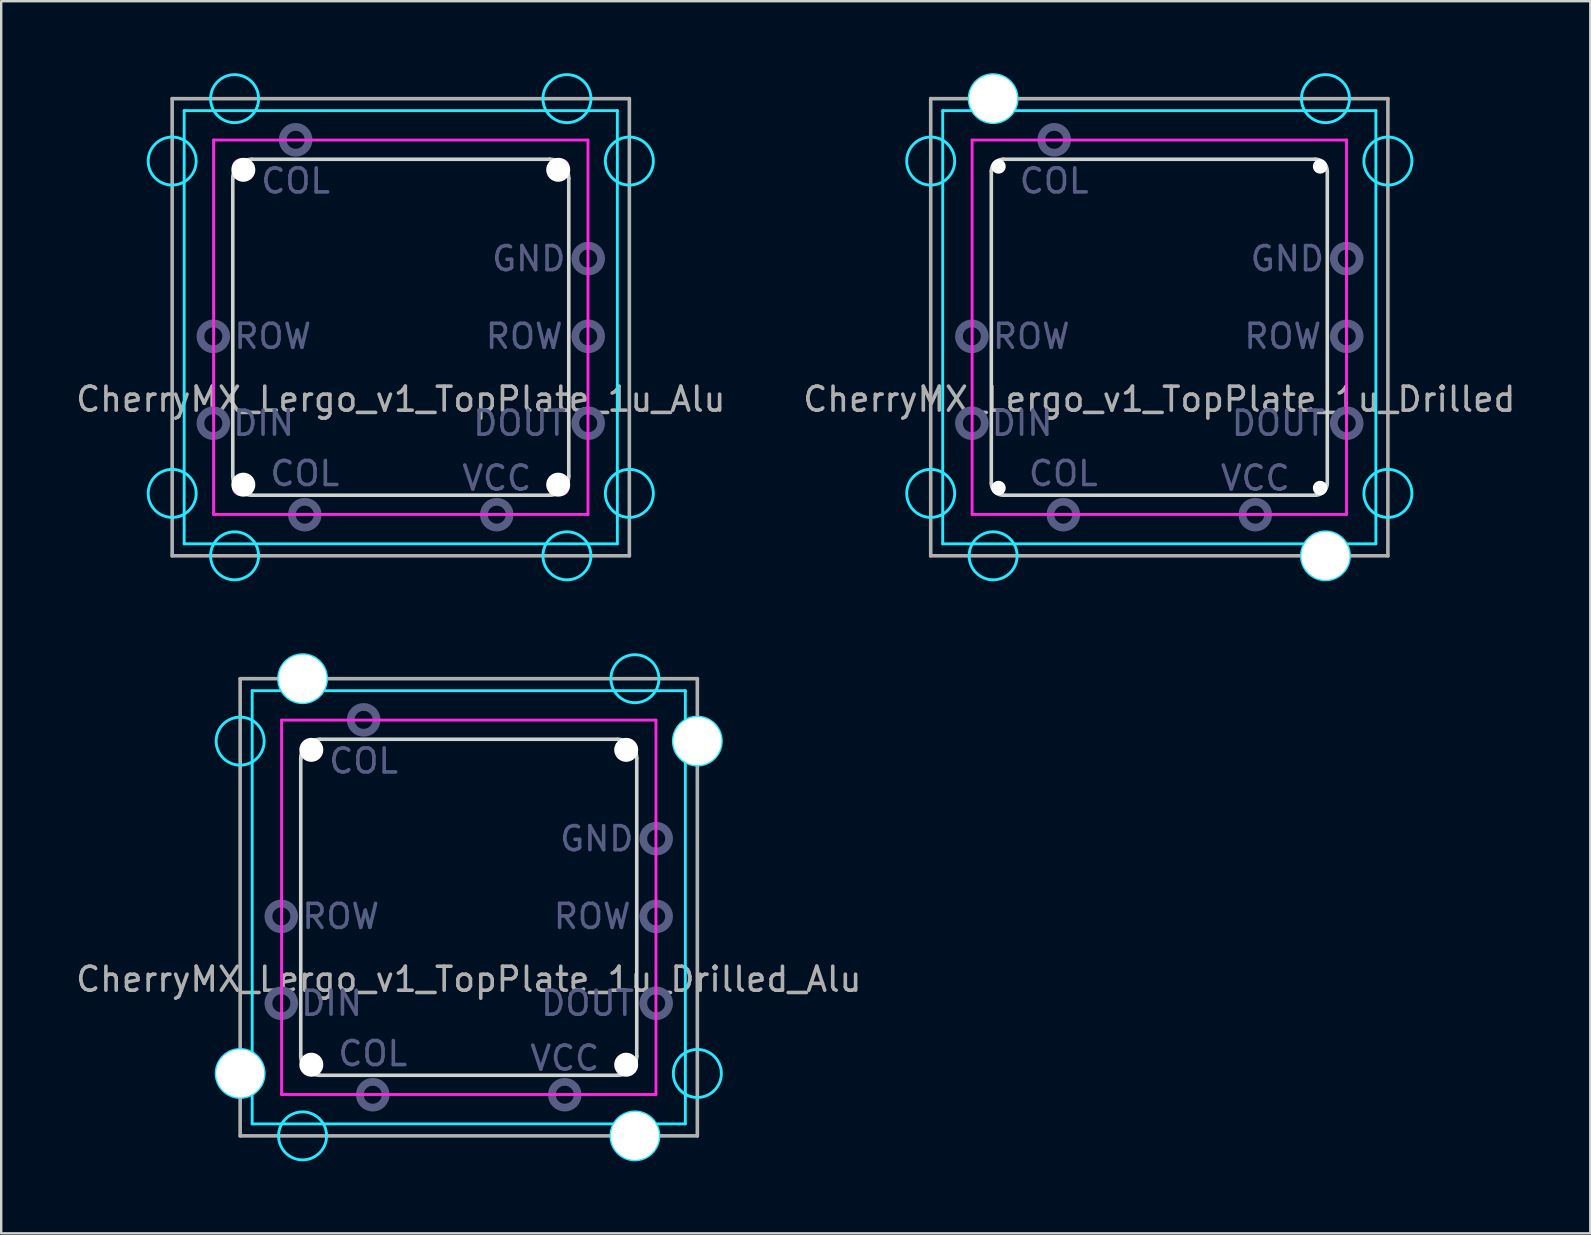
<source format=kicad_pcb>
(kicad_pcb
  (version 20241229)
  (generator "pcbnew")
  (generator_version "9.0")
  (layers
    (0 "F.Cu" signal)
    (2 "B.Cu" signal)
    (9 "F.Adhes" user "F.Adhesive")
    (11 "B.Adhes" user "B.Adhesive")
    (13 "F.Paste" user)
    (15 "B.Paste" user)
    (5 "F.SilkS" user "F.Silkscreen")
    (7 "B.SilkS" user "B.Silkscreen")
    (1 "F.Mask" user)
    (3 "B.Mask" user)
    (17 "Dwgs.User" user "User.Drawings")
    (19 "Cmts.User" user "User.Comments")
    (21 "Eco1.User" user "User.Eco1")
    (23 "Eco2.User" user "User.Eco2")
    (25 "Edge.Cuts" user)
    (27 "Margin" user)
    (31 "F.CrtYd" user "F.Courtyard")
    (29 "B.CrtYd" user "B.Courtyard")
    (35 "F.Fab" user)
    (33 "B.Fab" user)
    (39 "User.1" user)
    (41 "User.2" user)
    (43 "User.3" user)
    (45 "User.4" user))
  (footprint "CherryMX_Lergo_v1_TopPlate_1u_Drilled"
    (layer "F.Cu")
    (at 45.256 10.585)
    (property "Reference" "CherryMX_Lergo_v1_TopPlate_1u_Drilled" (at 0 3 0) (layer "F.Fab") (effects (font (size 1 1) (thickness 0.15))))
    (attr through_hole)
    (fp_line (start -7 -6.5) (end -7 6.5) (stroke (width 0.15) (type solid)) (layer "Edge.Cuts"))
    (fp_line (start -6.5 7) (end 6.5 7) (stroke (width 0.15) (type solid)) (layer "Edge.Cuts"))
    (fp_line (start 6.5 -7) (end -6.5 -7) (stroke (width 0.15) (type solid)) (layer "Edge.Cuts"))
    (fp_line (start 7 6.5) (end 7 -6.5) (stroke (width 0.15) (type solid)) (layer "Edge.Cuts"))
    (fp_arc (start -7 -6.5) (mid -6.853553 -6.853553) (end -6.5 -7) (stroke (width 0.15) (type solid)) (layer "Edge.Cuts"))
    (fp_arc (start -6.5 7) (mid -6.853553 6.853553) (end -7 6.5) (stroke (width 0.15) (type solid)) (layer "Edge.Cuts"))
    (fp_arc (start 6.5 -7) (mid 6.853553 -6.853553) (end 7 -6.5) (stroke (width 0.15) (type solid)) (layer "Edge.Cuts"))
    (fp_arc (start 7 6.5) (mid 6.853553 6.853553) (end 6.5 7) (stroke (width 0.15) (type solid)) (layer "Edge.Cuts"))
    (fp_line (start -9.025 -9.025) (end 9.025 -9.025) (stroke (width 0.12) (type solid)) (layer "B.CrtYd"))
    (fp_line (start -9.025 9.025) (end -9.025 -9.025) (stroke (width 0.12) (type solid)) (layer "B.CrtYd"))
    (fp_line (start 9.025 -9.025) (end 9.025 9.025) (stroke (width 0.12) (type solid)) (layer "B.CrtYd"))
    (fp_line (start 9.025 9.025) (end -9.025 9.025) (stroke (width 0.12) (type solid)) (layer "B.CrtYd"))
    (fp_circle (center -9.525 -6.924) (end -9.525 -7.924) (stroke (width 0.12) (type solid)) (fill no) (layer "B.CrtYd"))
    (fp_circle (center -9.525 6.924) (end -9.525 5.924) (stroke (width 0.12) (type solid)) (fill no) (layer "B.CrtYd"))
    (fp_circle (center -6.924 -9.525) (end -5.924 -9.525) (stroke (width 0.12) (type solid)) (fill no) (layer "B.CrtYd"))
    (fp_circle (center -6.924 9.525) (end -5.924 9.525) (stroke (width 0.12) (type solid)) (fill no) (layer "B.CrtYd"))
    (fp_circle (center 6.924 -9.525) (end 7.924 -9.525) (stroke (width 0.12) (type solid)) (fill no) (layer "B.CrtYd"))
    (fp_circle (center 6.924 9.525) (end 7.924 9.525) (stroke (width 0.12) (type solid)) (fill no) (layer "B.CrtYd"))
    (fp_circle (center 9.525 -6.924) (end 9.525 -7.924) (stroke (width 0.12) (type solid)) (fill no) (layer "B.CrtYd"))
    (fp_circle (center 9.525 6.924) (end 9.525 5.924) (stroke (width 0.12) (type solid)) (fill no) (layer "B.CrtYd"))
    (fp_line (start -7.8 -7.8) (end 7.8 -7.8) (stroke (width 0.12) (type solid)) (layer "F.CrtYd"))
    (fp_line (start -7.8 7.8) (end -7.8 -7.8) (stroke (width 0.12) (type solid)) (layer "F.CrtYd"))
    (fp_line (start 7.8 -7.8) (end 7.8 7.8) (stroke (width 0.12) (type solid)) (layer "F.CrtYd"))
    (fp_line (start 7.8 7.8) (end -7.8 7.8) (stroke (width 0.12) (type solid)) (layer "F.CrtYd"))
    (fp_circle (center -7.81 0.38) (end -7.272 0.38) (stroke (width 0.325) (type solid)) (fill no) (layer "B.Fab"))
    (fp_circle (center -7.81 4) (end -7.272 4) (stroke (width 0.325) (type solid)) (fill no) (layer "B.Fab"))
    (fp_circle (center -4.38 -7.81) (end -3.842 -7.81) (stroke (width 0.325) (type solid)) (fill no) (layer "B.Fab"))
    (fp_circle (center -4 7.81) (end -3.462 7.81) (stroke (width 0.325) (type solid)) (fill no) (layer "B.Fab"))
    (fp_circle (center 4 7.81) (end 4.537 7.81) (stroke (width 0.325) (type solid)) (fill no) (layer "B.Fab"))
    (fp_circle (center 7.81 -2.86) (end 8.348 -2.86) (stroke (width 0.325) (type solid)) (fill no) (layer "B.Fab"))
    (fp_circle (center 7.81 0.38) (end 8.348 0.38) (stroke (width 0.325) (type solid)) (fill no) (layer "B.Fab"))
    (fp_circle (center 7.81 4) (end 8.348 4) (stroke (width 0.325) (type solid)) (fill no) (layer "B.Fab"))
    (fp_line (start -9.525 -9.525) (end -9.525 9.525) (stroke (width 0.15) (type solid)) (layer "F.Fab"))
    (fp_line (start -9.525 9.525) (end 9.525 9.525) (stroke (width 0.15) (type solid)) (layer "F.Fab"))
    (fp_line (start 9.525 -9.525) (end -9.525 -9.525) (stroke (width 0.15) (type solid)) (layer "F.Fab"))
    (fp_line (start 9.525 9.525) (end 9.525 -9.525) (stroke (width 0.15) (type solid)) (layer "F.Fab"))
    (fp_text user "COL" (at -4 6.096 0) (layer "B.Fab") (effects (font (size 1 1) (thickness 0.15))))
    (fp_text user "DOUT" (at 4.953 4 0) (layer "B.Fab") (effects (font (size 1 1) (thickness 0.15))))
    (fp_text user "VCC" (at 4 6.287 0) (layer "B.Fab") (effects (font (size 1 1) (thickness 0.15))))
    (fp_text user "ROW" (at -5.334 0.381 0) (layer "B.Fab") (effects (font (size 1 1) (thickness 0.15))))
    (fp_text user "DIN" (at -5.715 4 0) (layer "B.Fab") (effects (font (size 1 1) (thickness 0.15))))
    (fp_text user "COL" (at -4.381 -6.096 0) (layer "B.Fab") (effects (font (size 1 1) (thickness 0.15))))
    (fp_text user "ROW" (at 5.144 0.381 0) (layer "B.Fab") (effects (font (size 1 1) (thickness 0.15))))
    (fp_text user "GND" (at 5.334 -2.857 0) (layer "B.Fab") (effects (font (size 1 1) (thickness 0.15))))
    (pad "" np_thru_hole circle (at -6.924 -9.525) (size 2 2) (drill 2) (layers "*.Cu" "*.Mask"))
    (pad "" np_thru_hole circle (at -6.7 -6.7) (size 0.6 0.6) (drill 0.6) (layers "*.Cu"))
    (pad "" np_thru_hole circle (at -6.7 6.7) (size 0.6 0.6) (drill 0.6) (layers "*.Cu"))
    (pad "" np_thru_hole circle (at 6.7 -6.7) (size 0.6 0.6) (drill 0.6) (layers "*.Cu"))
    (pad "" np_thru_hole circle (at 6.7 6.7) (size 0.6 0.6) (drill 0.6) (layers "*.Cu"))
    (pad "" np_thru_hole circle (at 6.924 9.525) (size 2 2) (drill 2) (layers "*.Cu" "*.Mask")))
  (footprint "CherryMX_Lergo_v1_TopPlate_1u_Drilled_Alu"
    (layer "F.Cu")
    (at 16.482 34.755)
    (property "Reference" "CherryMX_Lergo_v1_TopPlate_1u_Drilled_Alu" (at 0 3 0) (layer "F.Fab") (effects (font (size 1 1) (thickness 0.15))))
    (attr through_hole)
    (fp_line (start -7 -6.2) (end -7 6.2) (stroke (width 0.15) (type solid)) (layer "Edge.Cuts"))
    (fp_line (start -6.2 7) (end 6.2 7) (stroke (width 0.15) (type solid)) (layer "Edge.Cuts"))
    (fp_line (start 6.2 -7) (end -6.2 -7) (stroke (width 0.15) (type solid)) (layer "Edge.Cuts"))
    (fp_line (start 7 6.2) (end 7 -6.2) (stroke (width 0.15) (type solid)) (layer "Edge.Cuts"))
    (fp_arc (start -7 -6.2) (mid -6.765685 -6.765685) (end -6.2 -7) (stroke (width 0.15) (type solid)) (layer "Edge.Cuts"))
    (fp_arc (start -6.2 7) (mid -6.765685 6.765685) (end -7 6.2) (stroke (width 0.15) (type solid)) (layer "Edge.Cuts"))
    (fp_arc (start 6.2 -7) (mid 6.765685 -6.765685) (end 7 -6.2) (stroke (width 0.15) (type solid)) (layer "Edge.Cuts"))
    (fp_arc (start 7 6.2) (mid 6.765685 6.765685) (end 6.2 7) (stroke (width 0.15) (type solid)) (layer "Edge.Cuts"))
    (fp_line (start -9.025 -9.025) (end 9.025 -9.025) (stroke (width 0.12) (type solid)) (layer "B.CrtYd"))
    (fp_line (start -9.025 9.025) (end -9.025 -9.025) (stroke (width 0.12) (type solid)) (layer "B.CrtYd"))
    (fp_line (start 9.025 -9.025) (end 9.025 9.025) (stroke (width 0.12) (type solid)) (layer "B.CrtYd"))
    (fp_line (start 9.025 9.025) (end -9.025 9.025) (stroke (width 0.12) (type solid)) (layer "B.CrtYd"))
    (fp_circle (center -9.525 -6.924) (end -9.525 -7.924) (stroke (width 0.12) (type solid)) (fill no) (layer "B.CrtYd"))
    (fp_circle (center -9.525 6.924) (end -9.525 5.924) (stroke (width 0.12) (type solid)) (fill no) (layer "B.CrtYd"))
    (fp_circle (center -6.924 -9.525) (end -5.924 -9.525) (stroke (width 0.12) (type solid)) (fill no) (layer "B.CrtYd"))
    (fp_circle (center -6.924 9.525) (end -5.924 9.525) (stroke (width 0.12) (type solid)) (fill no) (layer "B.CrtYd"))
    (fp_circle (center 6.924 -9.525) (end 7.924 -9.525) (stroke (width 0.12) (type solid)) (fill no) (layer "B.CrtYd"))
    (fp_circle (center 6.924 9.525) (end 7.924 9.525) (stroke (width 0.12) (type solid)) (fill no) (layer "B.CrtYd"))
    (fp_circle (center 9.525 -6.924) (end 9.525 -7.924) (stroke (width 0.12) (type solid)) (fill no) (layer "B.CrtYd"))
    (fp_circle (center 9.525 6.924) (end 9.525 5.924) (stroke (width 0.12) (type solid)) (fill no) (layer "B.CrtYd"))
    (fp_line (start -7.8 -7.8) (end 7.8 -7.8) (stroke (width 0.12) (type solid)) (layer "F.CrtYd"))
    (fp_line (start -7.8 7.8) (end -7.8 -7.8) (stroke (width 0.12) (type solid)) (layer "F.CrtYd"))
    (fp_line (start 7.8 -7.8) (end 7.8 7.8) (stroke (width 0.12) (type solid)) (layer "F.CrtYd"))
    (fp_line (start 7.8 7.8) (end -7.8 7.8) (stroke (width 0.12) (type solid)) (layer "F.CrtYd"))
    (fp_circle (center -7.81 0.38) (end -7.272 0.38) (stroke (width 0.325) (type solid)) (fill no) (layer "B.Fab"))
    (fp_circle (center -7.81 4) (end -7.272 4) (stroke (width 0.325) (type solid)) (fill no) (layer "B.Fab"))
    (fp_circle (center -4.38 -7.81) (end -3.842 -7.81) (stroke (width 0.325) (type solid)) (fill no) (layer "B.Fab"))
    (fp_circle (center -4 7.81) (end -3.462 7.81) (stroke (width 0.325) (type solid)) (fill no) (layer "B.Fab"))
    (fp_circle (center 4 7.81) (end 4.537 7.81) (stroke (width 0.325) (type solid)) (fill no) (layer "B.Fab"))
    (fp_circle (center 7.81 -2.86) (end 8.348 -2.86) (stroke (width 0.325) (type solid)) (fill no) (layer "B.Fab"))
    (fp_circle (center 7.81 0.38) (end 8.348 0.38) (stroke (width 0.325) (type solid)) (fill no) (layer "B.Fab"))
    (fp_circle (center 7.81 4) (end 8.348 4) (stroke (width 0.325) (type solid)) (fill no) (layer "B.Fab"))
    (fp_line (start -9.525 -9.525) (end -9.525 9.525) (stroke (width 0.15) (type solid)) (layer "F.Fab"))
    (fp_line (start -9.525 9.525) (end 9.525 9.525) (stroke (width 0.15) (type solid)) (layer "F.Fab"))
    (fp_line (start 9.525 -9.525) (end -9.525 -9.525) (stroke (width 0.15) (type solid)) (layer "F.Fab"))
    (fp_line (start 9.525 9.525) (end 9.525 -9.525) (stroke (width 0.15) (type solid)) (layer "F.Fab"))
    (fp_text user "GND" (at 5.334 -2.857 0) (layer "B.Fab") (effects (font (size 1 1) (thickness 0.15))))
    (fp_text user "ROW" (at 5.144 0.381 0) (layer "B.Fab") (effects (font (size 1 1) (thickness 0.15))))
    (fp_text user "DIN" (at -5.715 4 0) (layer "B.Fab") (effects (font (size 1 1) (thickness 0.15))))
    (fp_text user "DOUT" (at 4.953 4 0) (layer "B.Fab") (effects (font (size 1 1) (thickness 0.15))))
    (fp_text user "VCC" (at 4 6.287 0) (layer "B.Fab") (effects (font (size 1 1) (thickness 0.15))))
    (fp_text user "COL" (at -4.381 -6.096 0) (layer "B.Fab") (effects (font (size 1 1) (thickness 0.15))))
    (fp_text user "COL" (at -4 6.096 0) (layer "B.Fab") (effects (font (size 1 1) (thickness 0.15))))
    (fp_text user "ROW" (at -5.334 0.381 0) (layer "B.Fab") (effects (font (size 1 1) (thickness 0.15))))
    (pad "" np_thru_hole circle (at -9.525 6.924 90) (size 2 2) (drill 2) (layers "*.Cu" "*.Mask"))
    (pad "" np_thru_hole circle (at -6.924 -9.525) (size 2 2) (drill 2) (layers "*.Cu" "*.Mask"))
    (pad "" np_thru_hole circle (at -6.56 -6.56) (size 1 1) (drill 1) (layers "*.Cu"))
    (pad "" np_thru_hole circle (at -6.56 6.56) (size 1 1) (drill 1) (layers "*.Cu"))
    (pad "" np_thru_hole circle (at 6.56 -6.56) (size 1 1) (drill 1) (layers "*.Cu"))
    (pad "" np_thru_hole circle (at 6.56 6.56) (size 1 1) (drill 1) (layers "*.Cu"))
    (pad "" np_thru_hole circle (at 6.924 9.525) (size 2 2) (drill 2) (layers "*.Cu" "*.Mask"))
    (pad "" np_thru_hole circle (at 9.525 -6.924 90) (size 2 2) (drill 2) (layers "*.Cu" "*.Mask")))
  (footprint "CherryMX_Lergo_v1_TopPlate_1u_Alu"
    (layer "F.Cu")
    (at 13.649 10.585)
    (property "Reference" "CherryMX_Lergo_v1_TopPlate_1u_Alu" (at 0 3 0) (layer "F.Fab") (effects (font (size 1 1) (thickness 0.15))))
    (attr through_hole)
    (fp_line (start -7 -6.2) (end -7 6.2) (stroke (width 0.15) (type solid)) (layer "Edge.Cuts"))
    (fp_line (start -6.2 7) (end 6.2 7) (stroke (width 0.15) (type solid)) (layer "Edge.Cuts"))
    (fp_line (start 6.2 -7) (end -6.2 -7) (stroke (width 0.15) (type solid)) (layer "Edge.Cuts"))
    (fp_line (start 7 6.2) (end 7 -6.2) (stroke (width 0.15) (type solid)) (layer "Edge.Cuts"))
    (fp_arc (start -7 -6.2) (mid -6.765685 -6.765685) (end -6.2 -7) (stroke (width 0.15) (type solid)) (layer "Edge.Cuts"))
    (fp_arc (start -6.2 7) (mid -6.765685 6.765685) (end -7 6.2) (stroke (width 0.15) (type solid)) (layer "Edge.Cuts"))
    (fp_arc (start 6.2 -7) (mid 6.765685 -6.765685) (end 7 -6.2) (stroke (width 0.15) (type solid)) (layer "Edge.Cuts"))
    (fp_arc (start 7 6.2) (mid 6.765685 6.765685) (end 6.2 7) (stroke (width 0.15) (type solid)) (layer "Edge.Cuts"))
    (fp_line (start -9.025 -9.025) (end 9.025 -9.025) (stroke (width 0.12) (type solid)) (layer "B.CrtYd"))
    (fp_line (start -9.025 9.025) (end -9.025 -9.025) (stroke (width 0.12) (type solid)) (layer "B.CrtYd"))
    (fp_line (start 9.025 -9.025) (end 9.025 9.025) (stroke (width 0.12) (type solid)) (layer "B.CrtYd"))
    (fp_line (start 9.025 9.025) (end -9.025 9.025) (stroke (width 0.12) (type solid)) (layer "B.CrtYd"))
    (fp_circle (center -9.525 -6.924) (end -9.525 -7.924) (stroke (width 0.12) (type solid)) (fill no) (layer "B.CrtYd"))
    (fp_circle (center -9.525 6.924) (end -9.525 5.924) (stroke (width 0.12) (type solid)) (fill no) (layer "B.CrtYd"))
    (fp_circle (center -6.924 -9.525) (end -5.924 -9.525) (stroke (width 0.12) (type solid)) (fill no) (layer "B.CrtYd"))
    (fp_circle (center -6.924 9.525) (end -5.924 9.525) (stroke (width 0.12) (type solid)) (fill no) (layer "B.CrtYd"))
    (fp_circle (center 6.924 -9.525) (end 7.924 -9.525) (stroke (width 0.12) (type solid)) (fill no) (layer "B.CrtYd"))
    (fp_circle (center 6.924 9.525) (end 7.924 9.525) (stroke (width 0.12) (type solid)) (fill no) (layer "B.CrtYd"))
    (fp_circle (center 9.525 -6.924) (end 9.525 -7.924) (stroke (width 0.12) (type solid)) (fill no) (layer "B.CrtYd"))
    (fp_circle (center 9.525 6.924) (end 9.525 5.924) (stroke (width 0.12) (type solid)) (fill no) (layer "B.CrtYd"))
    (fp_line (start -7.8 -7.8) (end 7.8 -7.8) (stroke (width 0.12) (type solid)) (layer "F.CrtYd"))
    (fp_line (start -7.8 7.8) (end -7.8 -7.8) (stroke (width 0.12) (type solid)) (layer "F.CrtYd"))
    (fp_line (start -7 6.7) (end -7 -6.7) (stroke (width 0.05) (type solid)) (layer "F.CrtYd"))
    (fp_line (start -6.7 -7) (end 6.7 -7) (stroke (width 0.05) (type solid)) (layer "F.CrtYd"))
    (fp_line (start 6.7 7) (end -6.7 7) (stroke (width 0.05) (type solid)) (layer "F.CrtYd"))
    (fp_line (start 7 -6.7) (end 7 6.7) (stroke (width 0.05) (type solid)) (layer "F.CrtYd"))
    (fp_line (start 7.8 -7.8) (end 7.8 7.8) (stroke (width 0.12) (type solid)) (layer "F.CrtYd"))
    (fp_line (start 7.8 7.8) (end -7.8 7.8) (stroke (width 0.12) (type solid)) (layer "F.CrtYd"))
    (fp_arc (start -7 -6.7) (mid -6.912132 -6.912132) (end -6.7 -7) (stroke (width 0.05) (type solid)) (layer "F.CrtYd"))
    (fp_arc (start -6.7 7) (mid -6.912132 6.912132) (end -7 6.7) (stroke (width 0.05) (type solid)) (layer "F.CrtYd"))
    (fp_arc (start 6.7 -7) (mid 6.912132 -6.912132) (end 7 -6.7) (stroke (width 0.05) (type solid)) (layer "F.CrtYd"))
    (fp_arc (start 7 6.7) (mid 6.912132 6.912132) (end 6.7 7) (stroke (width 0.05) (type solid)) (layer "F.CrtYd"))
    (fp_circle (center -7.81 0.38) (end -7.272 0.38) (stroke (width 0.325) (type solid)) (fill no) (layer "B.Fab"))
    (fp_circle (center -7.81 4) (end -7.272 4) (stroke (width 0.325) (type solid)) (fill no) (layer "B.Fab"))
    (fp_circle (center -4.38 -7.81) (end -3.842 -7.81) (stroke (width 0.325) (type solid)) (fill no) (layer "B.Fab"))
    (fp_circle (center -4 7.81) (end -3.462 7.81) (stroke (width 0.325) (type solid)) (fill no) (layer "B.Fab"))
    (fp_circle (center 4 7.81) (end 4.537 7.81) (stroke (width 0.325) (type solid)) (fill no) (layer "B.Fab"))
    (fp_circle (center 7.81 -2.86) (end 8.348 -2.86) (stroke (width 0.325) (type solid)) (fill no) (layer "B.Fab"))
    (fp_circle (center 7.81 0.38) (end 8.348 0.38) (stroke (width 0.325) (type solid)) (fill no) (layer "B.Fab"))
    (fp_circle (center 7.81 4) (end 8.348 4) (stroke (width 0.325) (type solid)) (fill no) (layer "B.Fab"))
    (fp_line (start -9.525 -9.525) (end -9.525 9.525) (stroke (width 0.15) (type solid)) (layer "F.Fab"))
    (fp_line (start -9.525 9.525) (end 9.525 9.525) (stroke (width 0.15) (type solid)) (layer "F.Fab"))
    (fp_line (start 9.525 -9.525) (end -9.525 -9.525) (stroke (width 0.15) (type solid)) (layer "F.Fab"))
    (fp_line (start 9.525 9.525) (end 9.525 -9.525) (stroke (width 0.15) (type solid)) (layer "F.Fab"))
    (fp_text user "ROW" (at -5.334 0.381 0) (layer "B.Fab") (effects (font (size 1 1) (thickness 0.15))))
    (fp_text user "VCC" (at 4 6.287 0) (layer "B.Fab") (effects (font (size 1 1) (thickness 0.15))))
    (fp_text user "DIN" (at -5.715 4 0) (layer "B.Fab") (effects (font (size 1 1) (thickness 0.15))))
    (fp_text user "COL" (at -4 6.096 0) (layer "B.Fab") (effects (font (size 1 1) (thickness 0.15))))
    (fp_text user "DOUT" (at 4.953 4 0) (layer "B.Fab") (effects (font (size 1 1) (thickness 0.15))))
    (fp_text user "GND" (at 5.334 -2.857 0) (layer "B.Fab") (effects (font (size 1 1) (thickness 0.15))))
    (fp_text user "ROW" (at 5.144 0.381 0) (layer "B.Fab") (effects (font (size 1 1) (thickness 0.15))))
    (fp_text user "COL" (at -4.381 -6.096 0) (layer "B.Fab") (effects (font (size 1 1) (thickness 0.15))))
    (pad "" np_thru_hole circle (at -6.56 -6.56) (size 1 1) (drill 1) (layers "*.Cu"))
    (pad "" np_thru_hole circle (at -6.56 6.56) (size 1 1) (drill 1) (layers "*.Cu"))
    (pad "" np_thru_hole circle (at 6.56 -6.56) (size 1 1) (drill 1) (layers "*.Cu"))
    (pad "" np_thru_hole circle (at 6.56 6.56) (size 1 1) (drill 1) (layers "*.Cu")))
  (gr_rect
    (start -3 -3)
    (end 63.214 48.34)
    (stroke (width 0.1) (type default))
    (fill no)
    (layer "Edge.Cuts")))
</source>
